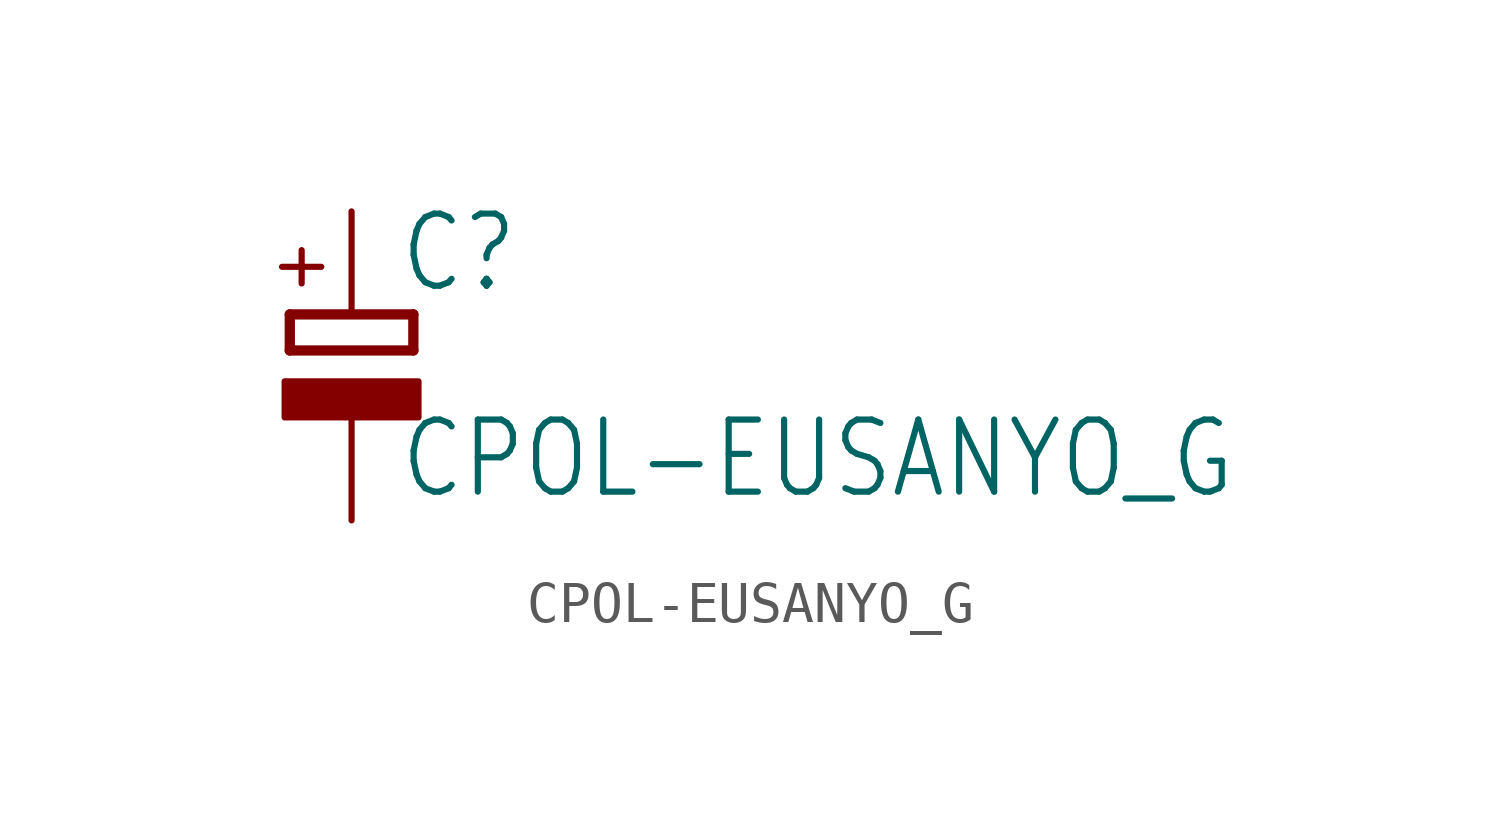
<source format=kicad_sym>
(kicad_symbol_lib
  (version 20220331)
  (generator kicad_symbol_editor)
  (symbol "CPOL-EUSANYO_G"
    (property "Reference" "C"
      (at 1.143 0.483 0)
      (effects (font (size 1.778 1.511)) (justify left bottom)))
    (property "Value" "CPOL-EUSANYO_G"
      (at 1.143 -4.597 0)
      (effects (font (size 1.778 1.511)) (justify left bottom)))
    (property "ki_locked" ""
      (at 0 0 0)
      (effects (font (size 1.27 1.27))))
    (symbol "CPOL-EUSANYO_G_1_0"
      (rectangle (start -1.651 -2.54) (end 1.651 -1.651) (stroke (width 0) (type default)) (fill (type outline)))
      (polyline (pts (xy -1.524 -0.889) (xy 1.524 -0.889)) (stroke (width 0.254) (type solid)) (fill (type none)))
      (polyline (pts (xy -1.524 0) (xy -1.524 -0.889)) (stroke (width 0.254) (type solid)) (fill (type none)))
      (polyline (pts (xy -1.524 0) (xy 1.524 0)) (stroke (width 0.254) (type solid)) (fill (type none)))
      (polyline (pts (xy 1.524 -0.889) (xy 1.524 0)) (stroke (width 0.254) (type solid)) (fill (type none)))
      (text "+" (at -0.584 0.406 900) (effects (font (size 1.27 1.079)) (justify left bottom)))
      (pin passive line (at 0 2.54 270) (length 2.54) (name "+" (effects (font (size 0 0)))) (number "+" (effects (font (size 0 0)))))
      (pin passive line (at 0 -5.08 90) (length 2.54) (name "-" (effects (font (size 0 0)))) (number "-" (effects (font (size 0 0))))))))
</source>
